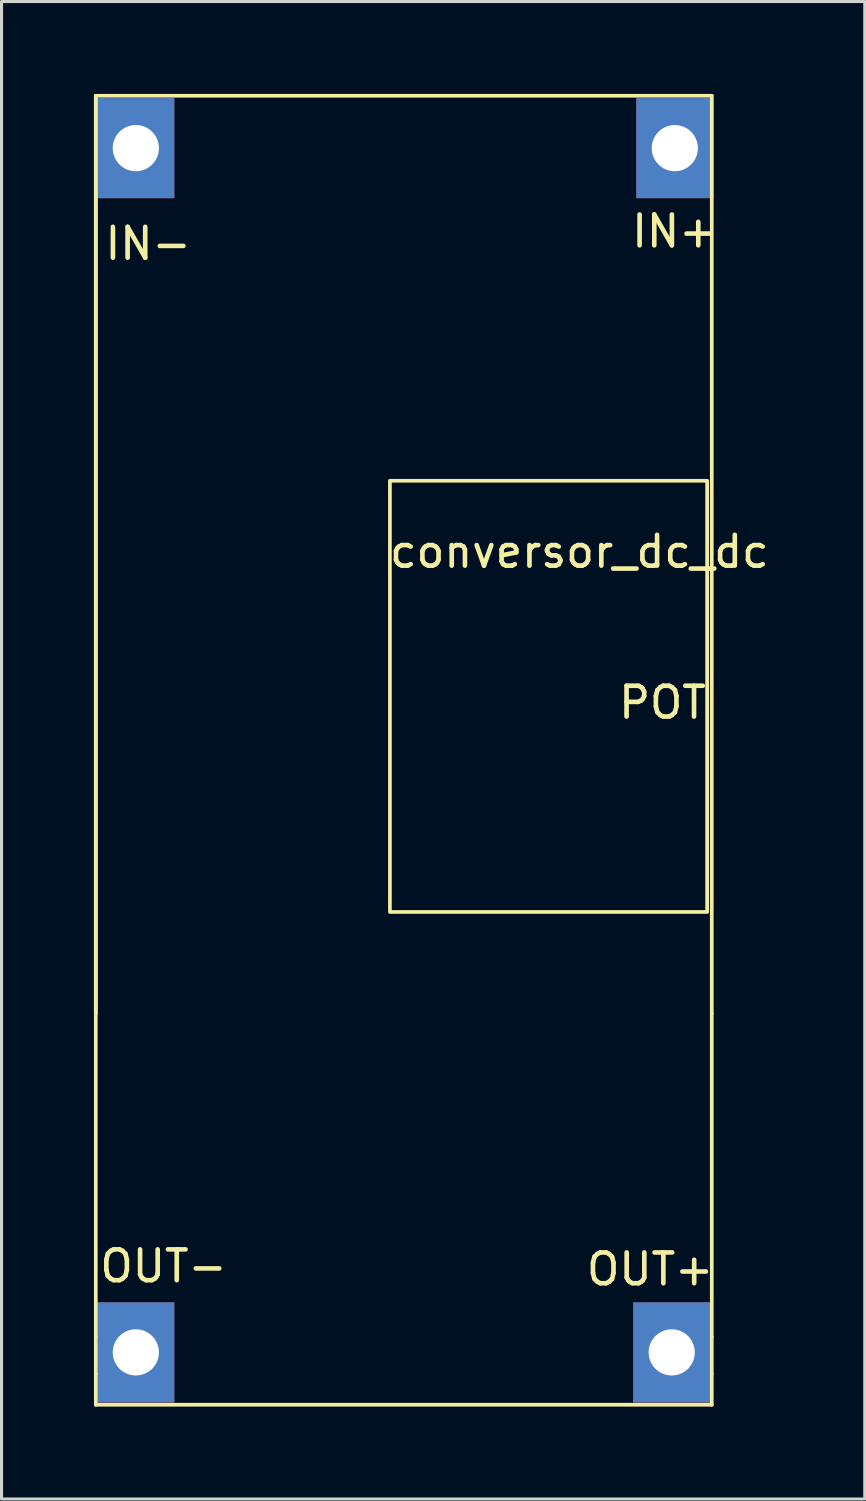
<source format=kicad_pcb>
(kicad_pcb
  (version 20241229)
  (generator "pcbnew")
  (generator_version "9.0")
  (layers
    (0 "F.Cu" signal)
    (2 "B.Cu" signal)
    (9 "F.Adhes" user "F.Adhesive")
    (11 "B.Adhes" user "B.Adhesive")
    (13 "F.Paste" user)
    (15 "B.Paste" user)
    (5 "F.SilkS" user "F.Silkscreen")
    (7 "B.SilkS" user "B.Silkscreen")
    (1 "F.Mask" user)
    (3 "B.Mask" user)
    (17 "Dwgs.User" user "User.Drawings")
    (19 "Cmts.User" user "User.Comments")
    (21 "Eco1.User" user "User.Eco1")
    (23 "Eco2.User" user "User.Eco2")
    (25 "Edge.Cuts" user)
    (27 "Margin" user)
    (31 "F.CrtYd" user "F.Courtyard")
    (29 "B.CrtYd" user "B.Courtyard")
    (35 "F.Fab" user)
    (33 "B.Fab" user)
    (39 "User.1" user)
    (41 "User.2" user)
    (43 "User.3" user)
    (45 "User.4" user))
  (footprint "conversor_dc_dc"
    (layer "F.Cu")
    (at 1.36 1.76)
    (property "Reference" "conversor_dc_dc" (at 14.4 13.1 0) (layer "F.SilkS") (effects (font (size 1 1) (thickness 0.15))))
    (attr through_hole)
    (fp_line (start -1.3 -1.7) (end -1.3 28.1) (stroke (width 0.12) (type solid)) (layer "F.SilkS"))
    (fp_line (start -1.3 -1.7) (end -1.3 38.6) (stroke (width 0.12) (type solid)) (layer "F.SilkS"))
    (fp_line (start -1.3 38.6) (end -1.3 39.8) (stroke (width 0.12) (type solid)) (layer "F.SilkS"))
    (fp_line (start -1.3 39.8) (end -1.3 40.8) (stroke (width 0.12) (type solid)) (layer "F.SilkS"))
    (fp_line (start -1.3 40.8) (end 18.7 40.8) (stroke (width 0.12) (type solid)) (layer "F.SilkS"))
    (fp_line (start 18.7 -1.7) (end -1.3 -1.7) (stroke (width 0.12) (type solid)) (layer "F.SilkS"))
    (fp_line (start 18.7 -1.7) (end 18.7 28.1) (stroke (width 0.12) (type solid)) (layer "F.SilkS"))
    (fp_line (start 18.7 28.1) (end 18.7 38.6) (stroke (width 0.12) (type solid)) (layer "F.SilkS"))
    (fp_line (start 18.7 38.6) (end 18.7 39.8) (stroke (width 0.12) (type solid)) (layer "F.SilkS"))
    (fp_line (start 18.7 40.8) (end 18.7 39.8) (stroke (width 0.12) (type solid)) (layer "F.SilkS"))
    (fp_rect (start 18.55 10.8) (end 8.25 24.8) (stroke (width 0.12) (type solid)) (fill no) (layer "F.SilkS"))
    (fp_text user "IN-" (at 0.4 3.1 0) (layer "F.SilkS") (effects (font (size 1 1) (thickness 0.15))))
    (fp_text user "IN+" (at 17.5 2.7 0) (layer "F.SilkS") (effects (font (size 1 1) (thickness 0.15))))
    (fp_text user "OUT+" (at 16.7 36.4 180) (layer "F.SilkS") (effects (font (size 1 1) (thickness 0.15))))
    (fp_text user "OUT-" (at 0.9 36.3 180) (layer "F.SilkS") (effects (font (size 1 1) (thickness 0.15))))
    (fp_text user "POT" (at 17.1 18 0) (unlocked yes) (layer "F.SilkS") (effects (font (size 1 1) (thickness 0.15))))
    (pad "1" thru_hole rect (at 0 0) (size 2.5 3.25) (drill 1.5) (layers "*.Cu" "*.Mask"))
    (pad "2" thru_hole rect (at 0 39.1) (size 2.5 3.25) (drill 1.5) (layers "*.Cu" "*.Mask"))
    (pad "3" thru_hole rect (at 17.5 0) (size 2.5 3.25) (drill 1.5) (layers "*.Cu" "*.Mask"))
    (pad "4" thru_hole rect (at 17.4 39.1) (size 2.5 3.25) (drill 1.5) (layers "*.Cu" "*.Mask")))
  (gr_rect
    (start -3 -3)
    (end 25.028 45.62)
    (stroke (width 0.1) (type default))
    (fill no)
    (layer "Edge.Cuts")))
</source>
